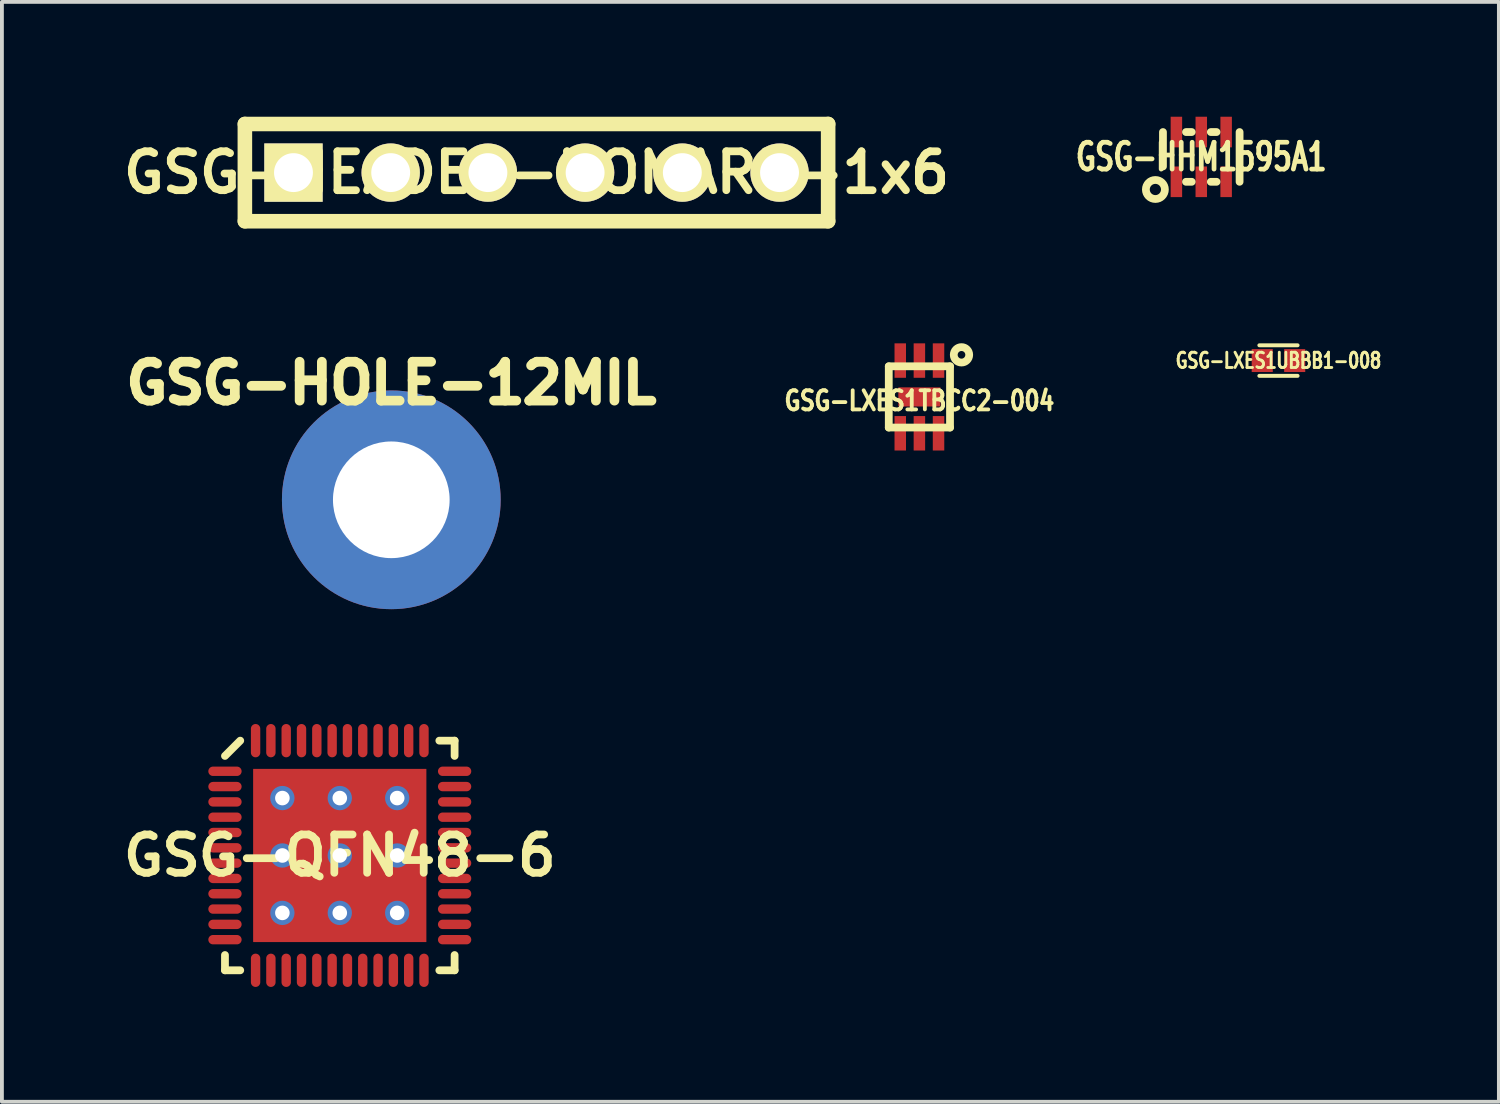
<source format=kicad_pcb>
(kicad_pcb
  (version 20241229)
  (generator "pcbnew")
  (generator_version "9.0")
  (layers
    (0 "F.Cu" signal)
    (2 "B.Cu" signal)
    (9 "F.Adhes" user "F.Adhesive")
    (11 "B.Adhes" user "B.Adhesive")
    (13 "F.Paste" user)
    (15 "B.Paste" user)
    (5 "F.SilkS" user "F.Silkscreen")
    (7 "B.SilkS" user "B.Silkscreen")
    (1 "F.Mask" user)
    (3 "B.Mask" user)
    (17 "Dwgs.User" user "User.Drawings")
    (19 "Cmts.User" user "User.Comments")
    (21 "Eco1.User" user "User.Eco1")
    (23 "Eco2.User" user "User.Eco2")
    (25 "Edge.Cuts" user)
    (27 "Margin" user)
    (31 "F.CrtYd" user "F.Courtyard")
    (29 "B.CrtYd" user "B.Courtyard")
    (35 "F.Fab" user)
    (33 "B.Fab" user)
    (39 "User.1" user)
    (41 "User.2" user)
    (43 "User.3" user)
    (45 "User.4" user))
  (footprint "GSG-HEADER-NOMARK-1x6"
    (layer "F.Cu")
    (at 10.968 1.46)
    (property "Reference" "GSG-HEADER-NOMARK-1x6" (at 0 0 0) (layer "F.SilkS") (effects (font (size 1.016 1.016) (thickness 0.203))))
    (attr through_hole)
    (fp_line (start -7.62 -1.27) (end -7.62 1.27) (stroke (width 0.381) (type solid)) (layer "F.SilkS"))
    (fp_line (start -7.62 -1.27) (end 7.62 -1.27) (stroke (width 0.381) (type solid)) (layer "F.SilkS"))
    (fp_line (start 7.62 -1.27) (end 7.62 1.27) (stroke (width 0.381) (type solid)) (layer "F.SilkS"))
    (fp_line (start 7.62 1.27) (end -7.62 1.27) (stroke (width 0.381) (type solid)) (layer "F.SilkS"))
    (pad "1" thru_hole rect (at -6.35 0) (size 1.524 1.524) (drill 1.016) (layers "*.Cu" "*.Mask" "F.SilkS"))
    (pad "2" thru_hole circle (at -3.81 0) (size 1.524 1.524) (drill 1.016) (layers "*.Cu" "*.Mask" "F.SilkS"))
    (pad "3" thru_hole circle (at -1.27 0) (size 1.524 1.524) (drill 1.016) (layers "*.Cu" "*.Mask" "F.SilkS"))
    (pad "4" thru_hole circle (at 1.27 0) (size 1.524 1.524) (drill 1.016) (layers "*.Cu" "*.Mask" "F.SilkS"))
    (pad "5" thru_hole circle (at 3.81 0) (size 1.524 1.524) (drill 1.016) (layers "*.Cu" "*.Mask" "F.SilkS"))
    (pad "6" thru_hole circle (at 6.35 0) (size 1.524 1.524) (drill 1.016) (layers "*.Cu" "*.Mask" "F.SilkS")))
  (footprint "GSG-QFN48-6"
    (layer "F.Cu")
    (at 5.828 19.302)
    (property "Reference" "GSG-QFN48-6" (at 0 0 0) (layer "F.SilkS") (effects (font (size 1.001 1.001) (thickness 0.203))))
    (attr through_hole)
    (fp_line (start -3 -2.601) (end -2.601 -3) (stroke (width 0.203) (type solid)) (layer "F.SilkS"))
    (fp_line (start -3 3) (end -3 2.601) (stroke (width 0.203) (type solid)) (layer "F.SilkS"))
    (fp_line (start -2.601 3) (end -3 3) (stroke (width 0.203) (type solid)) (layer "F.SilkS"))
    (fp_line (start 2.601 -3) (end 3 -3) (stroke (width 0.203) (type solid)) (layer "F.SilkS"))
    (fp_line (start 3 -3) (end 3 -2.601) (stroke (width 0.203) (type solid)) (layer "F.SilkS"))
    (fp_line (start 3 2.601) (end 3 3) (stroke (width 0.203) (type solid)) (layer "F.SilkS"))
    (fp_line (start 3 3) (end 2.601 3) (stroke (width 0.203) (type solid)) (layer "F.SilkS"))
    (pad "0" thru_hole circle (at -1.5 -1.5) (size 0.635 0.635) (drill 0.381) (layers "*.Cu" "B.Mask"))
    (pad "0" smd rect (at -1.5 -1.5) (size 1.5 1.5) (layers "F.Cu" "F.Paste"))
    (pad "0" thru_hole circle (at -1.5 0) (size 0.635 0.635) (drill 0.381) (layers "*.Cu" "B.Mask"))
    (pad "0" smd rect (at -1.5 0) (size 1.5 1.5) (layers "F.Cu" "F.Paste"))
    (pad "0" thru_hole circle (at -1.5 1.5) (size 0.635 0.635) (drill 0.381) (layers "*.Cu" "B.Mask"))
    (pad "0" smd rect (at -1.5 1.5) (size 1.5 1.5) (layers "F.Cu" "F.Paste"))
    (pad "0" thru_hole circle (at 0 -1.5) (size 0.635 0.635) (drill 0.381) (layers "*.Cu" "B.Mask"))
    (pad "0" smd rect (at 0 -1.5) (size 1.5 1.5) (layers "F.Cu" "F.Paste"))
    (pad "0" thru_hole circle (at 0 0) (size 0.635 0.635) (drill 0.381) (layers "*.Cu" "B.Mask"))
    (pad "0" smd rect (at 0 0) (size 1.5 1.5) (layers "F.Cu" "F.Paste"))
    (pad "0" smd rect (at 0 0) (size 4.525 4.525) (layers "F.Cu" "F.Mask"))
    (pad "0" thru_hole circle (at 0 1.5) (size 0.635 0.635) (drill 0.381) (layers "*.Cu" "B.Mask"))
    (pad "0" smd rect (at 0 1.5) (size 1.5 1.5) (layers "F.Cu" "F.Paste"))
    (pad "0" thru_hole circle (at 1.5 -1.5) (size 0.635 0.635) (drill 0.381) (layers "*.Cu" "B.Mask"))
    (pad "0" smd rect (at 1.5 -1.5) (size 1.5 1.5) (layers "F.Cu" "F.Paste"))
    (pad "0" thru_hole circle (at 1.5 0) (size 0.635 0.635) (drill 0.381) (layers "*.Cu" "B.Mask"))
    (pad "0" smd rect (at 1.5 0) (size 1.5 1.5) (layers "F.Cu" "F.Paste"))
    (pad "0" thru_hole circle (at 1.5 1.5) (size 0.635 0.635) (drill 0.381) (layers "*.Cu" "B.Mask"))
    (pad "0" smd rect (at 1.5 1.5) (size 1.5 1.5) (layers "F.Cu" "F.Paste"))
    (pad "1" smd oval (at -3 -2.2) (size 0.87 0.245) (layers "F.Cu" "F.Mask" "F.Paste"))
    (pad "2" smd oval (at -3 -1.8) (size 0.87 0.245) (layers "F.Cu" "F.Mask" "F.Paste"))
    (pad "3" smd oval (at -3 -1.4) (size 0.87 0.245) (layers "F.Cu" "F.Mask" "F.Paste"))
    (pad "4" smd oval (at -3 -1) (size 0.87 0.245) (layers "F.Cu" "F.Mask" "F.Paste"))
    (pad "5" smd oval (at -3 -0.6) (size 0.87 0.245) (layers "F.Cu" "F.Mask" "F.Paste"))
    (pad "6" smd oval (at -3 -0.2) (size 0.87 0.245) (layers "F.Cu" "F.Mask" "F.Paste"))
    (pad "7" smd oval (at -3 0.2) (size 0.87 0.245) (layers "F.Cu" "F.Mask" "F.Paste"))
    (pad "8" smd oval (at -3 0.6) (size 0.87 0.245) (layers "F.Cu" "F.Mask" "F.Paste"))
    (pad "9" smd oval (at -3 1) (size 0.87 0.245) (layers "F.Cu" "F.Mask" "F.Paste"))
    (pad "10" smd oval (at -3 1.4) (size 0.87 0.245) (layers "F.Cu" "F.Mask" "F.Paste"))
    (pad "11" smd oval (at -3 1.8) (size 0.87 0.245) (layers "F.Cu" "F.Mask" "F.Paste"))
    (pad "12" smd oval (at -3 2.2) (size 0.87 0.245) (layers "F.Cu" "F.Mask" "F.Paste"))
    (pad "13" smd oval (at -2.2 3 90) (size 0.87 0.245) (layers "F.Cu" "F.Mask" "F.Paste"))
    (pad "14" smd oval (at -1.8 3 90) (size 0.87 0.245) (layers "F.Cu" "F.Mask" "F.Paste"))
    (pad "15" smd oval (at -1.4 3 90) (size 0.87 0.245) (layers "F.Cu" "F.Mask" "F.Paste"))
    (pad "16" smd oval (at -1 3 90) (size 0.87 0.245) (layers "F.Cu" "F.Mask" "F.Paste"))
    (pad "17" smd oval (at -0.6 3 90) (size 0.87 0.245) (layers "F.Cu" "F.Mask" "F.Paste"))
    (pad "18" smd oval (at -0.2 3 90) (size 0.87 0.245) (layers "F.Cu" "F.Mask" "F.Paste"))
    (pad "19" smd oval (at 0.2 3 90) (size 0.87 0.245) (layers "F.Cu" "F.Mask" "F.Paste"))
    (pad "20" smd oval (at 0.6 3 90) (size 0.87 0.245) (layers "F.Cu" "F.Mask" "F.Paste"))
    (pad "21" smd oval (at 1 3 90) (size 0.87 0.245) (layers "F.Cu" "F.Mask" "F.Paste"))
    (pad "22" smd oval (at 1.4 3 90) (size 0.87 0.245) (layers "F.Cu" "F.Mask" "F.Paste"))
    (pad "23" smd oval (at 1.8 3 90) (size 0.87 0.245) (layers "F.Cu" "F.Mask" "F.Paste"))
    (pad "24" smd oval (at 2.2 3 90) (size 0.87 0.245) (layers "F.Cu" "F.Mask" "F.Paste"))
    (pad "25" smd oval (at 3 2.2) (size 0.87 0.245) (layers "F.Cu" "F.Mask" "F.Paste"))
    (pad "26" smd oval (at 3 1.8) (size 0.87 0.245) (layers "F.Cu" "F.Mask" "F.Paste"))
    (pad "27" smd oval (at 3 1.4) (size 0.87 0.245) (layers "F.Cu" "F.Mask" "F.Paste"))
    (pad "28" smd oval (at 3 1) (size 0.87 0.245) (layers "F.Cu" "F.Mask" "F.Paste"))
    (pad "29" smd oval (at 3 0.6) (size 0.87 0.245) (layers "F.Cu" "F.Mask" "F.Paste"))
    (pad "30" smd oval (at 3 0.2) (size 0.87 0.245) (layers "F.Cu" "F.Mask" "F.Paste"))
    (pad "31" smd oval (at 3 -0.2) (size 0.87 0.245) (layers "F.Cu" "F.Mask" "F.Paste"))
    (pad "32" smd oval (at 3 -0.6) (size 0.87 0.245) (layers "F.Cu" "F.Mask" "F.Paste"))
    (pad "33" smd oval (at 3 -1) (size 0.87 0.245) (layers "F.Cu" "F.Mask" "F.Paste"))
    (pad "34" smd oval (at 3 -1.4) (size 0.87 0.245) (layers "F.Cu" "F.Mask" "F.Paste"))
    (pad "35" smd oval (at 3 -1.8) (size 0.87 0.245) (layers "F.Cu" "F.Mask" "F.Paste"))
    (pad "36" smd oval (at 3 -2.2) (size 0.87 0.245) (layers "F.Cu" "F.Mask" "F.Paste"))
    (pad "37" smd oval (at 2.2 -3 90) (size 0.87 0.245) (layers "F.Cu" "F.Mask" "F.Paste"))
    (pad "38" smd oval (at 1.8 -3 90) (size 0.87 0.245) (layers "F.Cu" "F.Mask" "F.Paste"))
    (pad "39" smd oval (at 1.4 -3 90) (size 0.87 0.245) (layers "F.Cu" "F.Mask" "F.Paste"))
    (pad "40" smd oval (at 1 -3 90) (size 0.87 0.245) (layers "F.Cu" "F.Mask" "F.Paste"))
    (pad "41" smd oval (at 0.6 -3 90) (size 0.87 0.245) (layers "F.Cu" "F.Mask" "F.Paste"))
    (pad "42" smd oval (at 0.2 -3 90) (size 0.87 0.245) (layers "F.Cu" "F.Mask" "F.Paste"))
    (pad "43" smd oval (at -0.2 -3 90) (size 0.87 0.245) (layers "F.Cu" "F.Mask" "F.Paste"))
    (pad "44" smd oval (at -0.6 -3 90) (size 0.87 0.245) (layers "F.Cu" "F.Mask" "F.Paste"))
    (pad "45" smd oval (at -1 -3 90) (size 0.87 0.245) (layers "F.Cu" "F.Mask" "F.Paste"))
    (pad "46" smd oval (at -1.4 -3 90) (size 0.87 0.245) (layers "F.Cu" "F.Mask" "F.Paste"))
    (pad "47" smd oval (at -1.8 -3 90) (size 0.87 0.245) (layers "F.Cu" "F.Mask" "F.Paste"))
    (pad "48" smd oval (at -2.2 -3 90) (size 0.87 0.245) (layers "F.Cu" "F.Mask" "F.Paste")))
  (footprint "GSG-HHM1595A1"
    (layer "F.Cu")
    (at 28.337 1.05)
    (property "Reference" "GSG-HHM1595A1" (at 0 0 0) (layer "F.SilkS") (effects (font (size 0.701 0.5) (thickness 0.124))))
    (attr through_hole)
    (fp_line (start -1.001 -0.65) (end -1.001 0.249) (stroke (width 0.203) (type solid)) (layer "F.SilkS"))
    (fp_line (start -0.399 -0.65) (end -0.249 -0.65) (stroke (width 0.203) (type solid)) (layer "F.SilkS"))
    (fp_line (start -0.399 0.65) (end -0.249 0.65) (stroke (width 0.203) (type solid)) (layer "F.SilkS"))
    (fp_line (start 0.249 -0.65) (end 0.399 -0.65) (stroke (width 0.203) (type solid)) (layer "F.SilkS"))
    (fp_line (start 0.249 0.65) (end 0.399 0.65) (stroke (width 0.203) (type solid)) (layer "F.SilkS"))
    (fp_line (start 1.001 -0.65) (end 1.001 0.65) (stroke (width 0.203) (type solid)) (layer "F.SilkS"))
    (fp_circle (center -1.199 0.851) (end -1.049 1.049) (stroke (width 0.203) (type solid)) (fill no) (layer "F.SilkS"))
    (pad "1" smd rect (at -0.65 0.65) (size 0.3 0.8) (layers "F.Cu" "F.Mask" "F.Paste"))
    (pad "2" smd rect (at 0 0.65) (size 0.3 0.8) (layers "F.Cu" "F.Mask" "F.Paste"))
    (pad "3" smd rect (at 0.65 0.65) (size 0.3 0.8) (layers "F.Cu" "F.Mask" "F.Paste"))
    (pad "4" smd rect (at 0.65 -0.65) (size 0.3 0.8) (layers "F.Cu" "F.Mask" "F.Paste"))
    (pad "5" smd rect (at 0 -0.65) (size 0.3 0.8) (layers "F.Cu" "F.Mask" "F.Paste"))
    (pad "6" smd rect (at -0.65 -0.65) (size 0.3 0.8) (layers "F.Cu" "F.Mask" "F.Paste")))
  (footprint "GSG-LXES1TBCC2-004"
    (layer "F.Cu")
    (at 20.972 7.321)
    (property "Reference" "GSG-LXES1TBCC2-004" (at 0 0.1 0) (layer "F.SilkS") (effects (font (size 0.5 0.4) (thickness 0.1))))
    (attr through_hole)
    (fp_line (start -0.8 -0.8) (end 0.8 -0.8) (stroke (width 0.203) (type solid)) (layer "F.SilkS"))
    (fp_line (start -0.8 0.8) (end -0.8 -0.8) (stroke (width 0.203) (type solid)) (layer "F.SilkS"))
    (fp_line (start 0.8 -0.8) (end 0.8 0.8) (stroke (width 0.203) (type solid)) (layer "F.SilkS"))
    (fp_line (start 0.8 0.8) (end -0.8 0.8) (stroke (width 0.203) (type solid)) (layer "F.SilkS"))
    (fp_circle (center 1.1 -1.1) (end 1.1 -1) (stroke (width 0.203) (type solid)) (fill no) (layer "F.SilkS"))
    (pad "0" smd rect (at 0 0) (size 1.1 0.5) (layers "F.Cu" "F.Mask" "F.Paste"))
    (pad "1" smd rect (at 0.5 -0.95) (size 0.3 0.9) (layers "F.Cu" "F.Mask" "F.Paste"))
    (pad "2" smd rect (at 0 -0.95) (size 0.3 0.9) (layers "F.Cu" "F.Mask" "F.Paste"))
    (pad "3" smd rect (at -0.5 -0.95) (size 0.3 0.9) (layers "F.Cu" "F.Mask" "F.Paste"))
    (pad "4" smd rect (at -0.5 0.95) (size 0.3 0.9) (layers "F.Cu" "F.Mask" "F.Paste"))
    (pad "5" smd rect (at 0 0.95) (size 0.3 0.9) (layers "F.Cu" "F.Mask" "F.Paste"))
    (pad "6" smd rect (at 0.5 0.95) (size 0.3 0.9) (layers "F.Cu" "F.Mask" "F.Paste")))
  (footprint "GSG-LXES1UBBB1-008"
    (layer "F.Cu")
    (at 30.354 6.371)
    (property "Reference" "GSG-LXES1UBBB1-008" (at 0 0 0) (layer "F.SilkS") (effects (font (size 0.399 0.3) (thickness 0.076))))
    (attr through_hole)
    (fp_line (start -0.5 -0.399) (end 0.5 -0.399) (stroke (width 0.102) (type solid)) (layer "F.SilkS"))
    (fp_line (start -0.5 0.399) (end 0.5 0.399) (stroke (width 0.102) (type solid)) (layer "F.SilkS"))
    (pad "1" smd rect (at -0.424 0) (size 0.551 0.599) (layers "F.Cu" "F.Mask" "F.Paste"))
    (pad "2" smd rect (at 0.424 0) (size 0.551 0.599) (layers "F.Cu" "F.Mask" "F.Paste")))
  (footprint "GSG-HOLE-12MIL"
    (layer "F.Cu")
    (at 7.174 10.009)
    (property "Reference" "GSG-HOLE-12MIL" (at 0 -3.048 0) (layer "F.SilkS") (effects (font (size 1.016 1.016) (thickness 0.254))))
    (attr through_hole)
    (pad "1" thru_hole circle (at 0 0) (size 5.715 5.715) (drill 3.048) (layers "*.Cu" "*.Mask")))
  (gr_rect
    (start -3 -3)
    (end 36.113 25.737)
    (stroke (width 0.1) (type default))
    (fill no)
    (layer "Edge.Cuts")))
</source>
